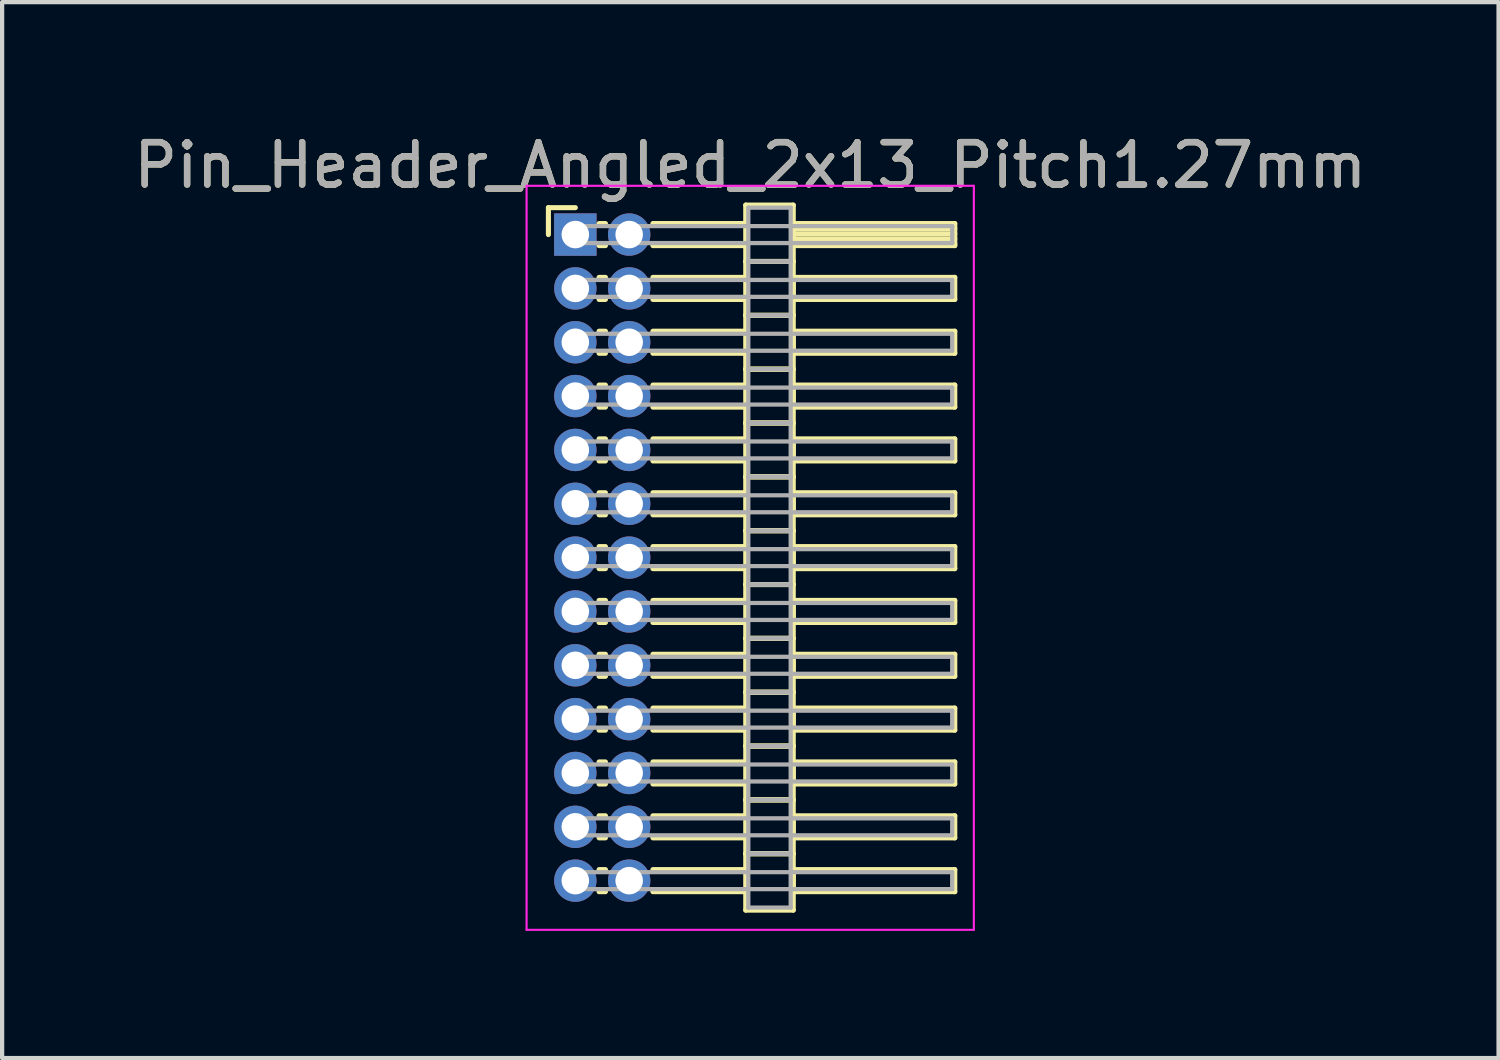
<source format=kicad_pcb>
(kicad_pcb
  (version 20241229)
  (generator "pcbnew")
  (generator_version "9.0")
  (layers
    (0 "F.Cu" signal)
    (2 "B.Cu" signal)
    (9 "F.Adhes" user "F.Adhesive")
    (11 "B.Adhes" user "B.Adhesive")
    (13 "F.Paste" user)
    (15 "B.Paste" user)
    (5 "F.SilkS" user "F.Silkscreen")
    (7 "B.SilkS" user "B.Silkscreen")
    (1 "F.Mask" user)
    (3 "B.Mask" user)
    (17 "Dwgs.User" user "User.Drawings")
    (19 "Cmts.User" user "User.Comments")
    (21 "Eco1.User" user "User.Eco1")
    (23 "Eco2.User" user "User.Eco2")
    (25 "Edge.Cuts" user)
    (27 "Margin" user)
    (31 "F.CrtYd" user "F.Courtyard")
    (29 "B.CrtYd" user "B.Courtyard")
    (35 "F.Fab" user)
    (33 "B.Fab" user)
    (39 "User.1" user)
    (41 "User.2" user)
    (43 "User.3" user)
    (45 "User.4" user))
  (footprint "Pin_Header_Angled_2x13_Pitch1.27mm"
    (layer "F.Cu")
    (at 10.521 2.483)
    (property "Reference" "Pin_Header_Angled_2x13_Pitch1.27mm" (at 4.128 -1.635 0) (layer "F.SilkS") (effects (font (size 1 1) (thickness 0.15))))
    (attr through_hole)
    (fp_line (start -0.635 -0.635) (end 0 -0.635) (stroke (width 0.12) (type solid)) (layer "F.SilkS"))
    (fp_line (start -0.635 0) (end -0.635 -0.635) (stroke (width 0.12) (type solid)) (layer "F.SilkS"))
    (fp_line (start 0.56 -0.26) (end 0.71 -0.26) (stroke (width 0.12) (type solid)) (layer "F.SilkS"))
    (fp_line (start 0.56 0.26) (end 0.71 0.26) (stroke (width 0.12) (type solid)) (layer "F.SilkS"))
    (fp_line (start 0.56 1.01) (end 0.71 1.01) (stroke (width 0.12) (type solid)) (layer "F.SilkS"))
    (fp_line (start 0.56 1.53) (end 0.71 1.53) (stroke (width 0.12) (type solid)) (layer "F.SilkS"))
    (fp_line (start 0.56 2.28) (end 0.71 2.28) (stroke (width 0.12) (type solid)) (layer "F.SilkS"))
    (fp_line (start 0.56 2.8) (end 0.71 2.8) (stroke (width 0.12) (type solid)) (layer "F.SilkS"))
    (fp_line (start 0.56 3.55) (end 0.71 3.55) (stroke (width 0.12) (type solid)) (layer "F.SilkS"))
    (fp_line (start 0.56 4.07) (end 0.71 4.07) (stroke (width 0.12) (type solid)) (layer "F.SilkS"))
    (fp_line (start 0.56 4.82) (end 0.71 4.82) (stroke (width 0.12) (type solid)) (layer "F.SilkS"))
    (fp_line (start 0.56 5.34) (end 0.71 5.34) (stroke (width 0.12) (type solid)) (layer "F.SilkS"))
    (fp_line (start 0.56 6.09) (end 0.71 6.09) (stroke (width 0.12) (type solid)) (layer "F.SilkS"))
    (fp_line (start 0.56 6.61) (end 0.71 6.61) (stroke (width 0.12) (type solid)) (layer "F.SilkS"))
    (fp_line (start 0.56 7.36) (end 0.71 7.36) (stroke (width 0.12) (type solid)) (layer "F.SilkS"))
    (fp_line (start 0.56 7.88) (end 0.71 7.88) (stroke (width 0.12) (type solid)) (layer "F.SilkS"))
    (fp_line (start 0.56 8.63) (end 0.71 8.63) (stroke (width 0.12) (type solid)) (layer "F.SilkS"))
    (fp_line (start 0.56 9.15) (end 0.71 9.15) (stroke (width 0.12) (type solid)) (layer "F.SilkS"))
    (fp_line (start 0.56 9.9) (end 0.71 9.9) (stroke (width 0.12) (type solid)) (layer "F.SilkS"))
    (fp_line (start 0.56 10.42) (end 0.71 10.42) (stroke (width 0.12) (type solid)) (layer "F.SilkS"))
    (fp_line (start 0.56 11.17) (end 0.71 11.17) (stroke (width 0.12) (type solid)) (layer "F.SilkS"))
    (fp_line (start 0.56 11.69) (end 0.71 11.69) (stroke (width 0.12) (type solid)) (layer "F.SilkS"))
    (fp_line (start 0.56 12.44) (end 0.71 12.44) (stroke (width 0.12) (type solid)) (layer "F.SilkS"))
    (fp_line (start 0.56 12.96) (end 0.71 12.96) (stroke (width 0.12) (type solid)) (layer "F.SilkS"))
    (fp_line (start 0.56 13.71) (end 0.71 13.71) (stroke (width 0.12) (type solid)) (layer "F.SilkS"))
    (fp_line (start 0.56 14.23) (end 0.71 14.23) (stroke (width 0.12) (type solid)) (layer "F.SilkS"))
    (fp_line (start 0.56 14.98) (end 0.71 14.98) (stroke (width 0.12) (type solid)) (layer "F.SilkS"))
    (fp_line (start 0.56 15.5) (end 0.71 15.5) (stroke (width 0.12) (type solid)) (layer "F.SilkS"))
    (fp_line (start 1.83 -0.26) (end 4.02 -0.26) (stroke (width 0.12) (type solid)) (layer "F.SilkS"))
    (fp_line (start 1.83 0.26) (end 4.02 0.26) (stroke (width 0.12) (type solid)) (layer "F.SilkS"))
    (fp_line (start 1.83 1.01) (end 4.02 1.01) (stroke (width 0.12) (type solid)) (layer "F.SilkS"))
    (fp_line (start 1.83 1.53) (end 4.02 1.53) (stroke (width 0.12) (type solid)) (layer "F.SilkS"))
    (fp_line (start 1.83 2.28) (end 4.02 2.28) (stroke (width 0.12) (type solid)) (layer "F.SilkS"))
    (fp_line (start 1.83 2.8) (end 4.02 2.8) (stroke (width 0.12) (type solid)) (layer "F.SilkS"))
    (fp_line (start 1.83 3.55) (end 4.02 3.55) (stroke (width 0.12) (type solid)) (layer "F.SilkS"))
    (fp_line (start 1.83 4.07) (end 4.02 4.07) (stroke (width 0.12) (type solid)) (layer "F.SilkS"))
    (fp_line (start 1.83 4.82) (end 4.02 4.82) (stroke (width 0.12) (type solid)) (layer "F.SilkS"))
    (fp_line (start 1.83 5.34) (end 4.02 5.34) (stroke (width 0.12) (type solid)) (layer "F.SilkS"))
    (fp_line (start 1.83 6.09) (end 4.02 6.09) (stroke (width 0.12) (type solid)) (layer "F.SilkS"))
    (fp_line (start 1.83 6.61) (end 4.02 6.61) (stroke (width 0.12) (type solid)) (layer "F.SilkS"))
    (fp_line (start 1.83 7.36) (end 4.02 7.36) (stroke (width 0.12) (type solid)) (layer "F.SilkS"))
    (fp_line (start 1.83 7.88) (end 4.02 7.88) (stroke (width 0.12) (type solid)) (layer "F.SilkS"))
    (fp_line (start 1.83 8.63) (end 4.02 8.63) (stroke (width 0.12) (type solid)) (layer "F.SilkS"))
    (fp_line (start 1.83 9.15) (end 4.02 9.15) (stroke (width 0.12) (type solid)) (layer "F.SilkS"))
    (fp_line (start 1.83 9.9) (end 4.02 9.9) (stroke (width 0.12) (type solid)) (layer "F.SilkS"))
    (fp_line (start 1.83 10.42) (end 4.02 10.42) (stroke (width 0.12) (type solid)) (layer "F.SilkS"))
    (fp_line (start 1.83 11.17) (end 4.02 11.17) (stroke (width 0.12) (type solid)) (layer "F.SilkS"))
    (fp_line (start 1.83 11.69) (end 4.02 11.69) (stroke (width 0.12) (type solid)) (layer "F.SilkS"))
    (fp_line (start 1.83 12.44) (end 4.02 12.44) (stroke (width 0.12) (type solid)) (layer "F.SilkS"))
    (fp_line (start 1.83 12.96) (end 4.02 12.96) (stroke (width 0.12) (type solid)) (layer "F.SilkS"))
    (fp_line (start 1.83 13.71) (end 4.02 13.71) (stroke (width 0.12) (type solid)) (layer "F.SilkS"))
    (fp_line (start 1.83 14.23) (end 4.02 14.23) (stroke (width 0.12) (type solid)) (layer "F.SilkS"))
    (fp_line (start 1.83 14.98) (end 4.02 14.98) (stroke (width 0.12) (type solid)) (layer "F.SilkS"))
    (fp_line (start 1.83 15.5) (end 4.02 15.5) (stroke (width 0.12) (type solid)) (layer "F.SilkS"))
    (fp_line (start 4.02 -0.695) (end 4.02 0.635) (stroke (width 0.12) (type solid)) (layer "F.SilkS"))
    (fp_line (start 4.02 0.635) (end 4.02 1.905) (stroke (width 0.12) (type solid)) (layer "F.SilkS"))
    (fp_line (start 4.02 0.635) (end 5.14 0.635) (stroke (width 0.12) (type solid)) (layer "F.SilkS"))
    (fp_line (start 4.02 1.905) (end 4.02 3.175) (stroke (width 0.12) (type solid)) (layer "F.SilkS"))
    (fp_line (start 4.02 1.905) (end 5.14 1.905) (stroke (width 0.12) (type solid)) (layer "F.SilkS"))
    (fp_line (start 4.02 3.175) (end 4.02 4.445) (stroke (width 0.12) (type solid)) (layer "F.SilkS"))
    (fp_line (start 4.02 3.175) (end 5.14 3.175) (stroke (width 0.12) (type solid)) (layer "F.SilkS"))
    (fp_line (start 4.02 4.445) (end 4.02 5.715) (stroke (width 0.12) (type solid)) (layer "F.SilkS"))
    (fp_line (start 4.02 4.445) (end 5.14 4.445) (stroke (width 0.12) (type solid)) (layer "F.SilkS"))
    (fp_line (start 4.02 5.715) (end 4.02 6.985) (stroke (width 0.12) (type solid)) (layer "F.SilkS"))
    (fp_line (start 4.02 5.715) (end 5.14 5.715) (stroke (width 0.12) (type solid)) (layer "F.SilkS"))
    (fp_line (start 4.02 6.985) (end 4.02 8.255) (stroke (width 0.12) (type solid)) (layer "F.SilkS"))
    (fp_line (start 4.02 6.985) (end 5.14 6.985) (stroke (width 0.12) (type solid)) (layer "F.SilkS"))
    (fp_line (start 4.02 8.255) (end 4.02 9.525) (stroke (width 0.12) (type solid)) (layer "F.SilkS"))
    (fp_line (start 4.02 8.255) (end 5.14 8.255) (stroke (width 0.12) (type solid)) (layer "F.SilkS"))
    (fp_line (start 4.02 9.525) (end 4.02 10.795) (stroke (width 0.12) (type solid)) (layer "F.SilkS"))
    (fp_line (start 4.02 9.525) (end 5.14 9.525) (stroke (width 0.12) (type solid)) (layer "F.SilkS"))
    (fp_line (start 4.02 10.795) (end 4.02 12.065) (stroke (width 0.12) (type solid)) (layer "F.SilkS"))
    (fp_line (start 4.02 10.795) (end 5.14 10.795) (stroke (width 0.12) (type solid)) (layer "F.SilkS"))
    (fp_line (start 4.02 12.065) (end 4.02 13.335) (stroke (width 0.12) (type solid)) (layer "F.SilkS"))
    (fp_line (start 4.02 12.065) (end 5.14 12.065) (stroke (width 0.12) (type solid)) (layer "F.SilkS"))
    (fp_line (start 4.02 13.335) (end 4.02 14.605) (stroke (width 0.12) (type solid)) (layer "F.SilkS"))
    (fp_line (start 4.02 13.335) (end 5.14 13.335) (stroke (width 0.12) (type solid)) (layer "F.SilkS"))
    (fp_line (start 4.02 14.605) (end 4.02 15.935) (stroke (width 0.12) (type solid)) (layer "F.SilkS"))
    (fp_line (start 4.02 14.605) (end 5.14 14.605) (stroke (width 0.12) (type solid)) (layer "F.SilkS"))
    (fp_line (start 4.02 15.935) (end 5.14 15.935) (stroke (width 0.12) (type solid)) (layer "F.SilkS"))
    (fp_line (start 5.14 -0.695) (end 4.02 -0.695) (stroke (width 0.12) (type solid)) (layer "F.SilkS"))
    (fp_line (start 5.14 -0.26) (end 5.14 0.26) (stroke (width 0.12) (type solid)) (layer "F.SilkS"))
    (fp_line (start 5.14 -0.14) (end 8.95 -0.14) (stroke (width 0.12) (type solid)) (layer "F.SilkS"))
    (fp_line (start 5.14 -0.02) (end 8.95 -0.02) (stroke (width 0.12) (type solid)) (layer "F.SilkS"))
    (fp_line (start 5.14 0.1) (end 8.95 0.1) (stroke (width 0.12) (type solid)) (layer "F.SilkS"))
    (fp_line (start 5.14 0.22) (end 8.95 0.22) (stroke (width 0.12) (type solid)) (layer "F.SilkS"))
    (fp_line (start 5.14 0.26) (end 8.95 0.26) (stroke (width 0.12) (type solid)) (layer "F.SilkS"))
    (fp_line (start 5.14 0.635) (end 4.02 0.635) (stroke (width 0.12) (type solid)) (layer "F.SilkS"))
    (fp_line (start 5.14 0.635) (end 5.14 -0.695) (stroke (width 0.12) (type solid)) (layer "F.SilkS"))
    (fp_line (start 5.14 1.01) (end 5.14 1.53) (stroke (width 0.12) (type solid)) (layer "F.SilkS"))
    (fp_line (start 5.14 1.53) (end 8.95 1.53) (stroke (width 0.12) (type solid)) (layer "F.SilkS"))
    (fp_line (start 5.14 1.905) (end 4.02 1.905) (stroke (width 0.12) (type solid)) (layer "F.SilkS"))
    (fp_line (start 5.14 1.905) (end 5.14 0.635) (stroke (width 0.12) (type solid)) (layer "F.SilkS"))
    (fp_line (start 5.14 2.28) (end 5.14 2.8) (stroke (width 0.12) (type solid)) (layer "F.SilkS"))
    (fp_line (start 5.14 2.8) (end 8.95 2.8) (stroke (width 0.12) (type solid)) (layer "F.SilkS"))
    (fp_line (start 5.14 3.175) (end 4.02 3.175) (stroke (width 0.12) (type solid)) (layer "F.SilkS"))
    (fp_line (start 5.14 3.175) (end 5.14 1.905) (stroke (width 0.12) (type solid)) (layer "F.SilkS"))
    (fp_line (start 5.14 3.55) (end 5.14 4.07) (stroke (width 0.12) (type solid)) (layer "F.SilkS"))
    (fp_line (start 5.14 4.07) (end 8.95 4.07) (stroke (width 0.12) (type solid)) (layer "F.SilkS"))
    (fp_line (start 5.14 4.445) (end 4.02 4.445) (stroke (width 0.12) (type solid)) (layer "F.SilkS"))
    (fp_line (start 5.14 4.445) (end 5.14 3.175) (stroke (width 0.12) (type solid)) (layer "F.SilkS"))
    (fp_line (start 5.14 4.82) (end 5.14 5.34) (stroke (width 0.12) (type solid)) (layer "F.SilkS"))
    (fp_line (start 5.14 5.34) (end 8.95 5.34) (stroke (width 0.12) (type solid)) (layer "F.SilkS"))
    (fp_line (start 5.14 5.715) (end 4.02 5.715) (stroke (width 0.12) (type solid)) (layer "F.SilkS"))
    (fp_line (start 5.14 5.715) (end 5.14 4.445) (stroke (width 0.12) (type solid)) (layer "F.SilkS"))
    (fp_line (start 5.14 6.09) (end 5.14 6.61) (stroke (width 0.12) (type solid)) (layer "F.SilkS"))
    (fp_line (start 5.14 6.61) (end 8.95 6.61) (stroke (width 0.12) (type solid)) (layer "F.SilkS"))
    (fp_line (start 5.14 6.985) (end 4.02 6.985) (stroke (width 0.12) (type solid)) (layer "F.SilkS"))
    (fp_line (start 5.14 6.985) (end 5.14 5.715) (stroke (width 0.12) (type solid)) (layer "F.SilkS"))
    (fp_line (start 5.14 7.36) (end 5.14 7.88) (stroke (width 0.12) (type solid)) (layer "F.SilkS"))
    (fp_line (start 5.14 7.88) (end 8.95 7.88) (stroke (width 0.12) (type solid)) (layer "F.SilkS"))
    (fp_line (start 5.14 8.255) (end 4.02 8.255) (stroke (width 0.12) (type solid)) (layer "F.SilkS"))
    (fp_line (start 5.14 8.255) (end 5.14 6.985) (stroke (width 0.12) (type solid)) (layer "F.SilkS"))
    (fp_line (start 5.14 8.63) (end 5.14 9.15) (stroke (width 0.12) (type solid)) (layer "F.SilkS"))
    (fp_line (start 5.14 9.15) (end 8.95 9.15) (stroke (width 0.12) (type solid)) (layer "F.SilkS"))
    (fp_line (start 5.14 9.525) (end 4.02 9.525) (stroke (width 0.12) (type solid)) (layer "F.SilkS"))
    (fp_line (start 5.14 9.525) (end 5.14 8.255) (stroke (width 0.12) (type solid)) (layer "F.SilkS"))
    (fp_line (start 5.14 9.9) (end 5.14 10.42) (stroke (width 0.12) (type solid)) (layer "F.SilkS"))
    (fp_line (start 5.14 10.42) (end 8.95 10.42) (stroke (width 0.12) (type solid)) (layer "F.SilkS"))
    (fp_line (start 5.14 10.795) (end 4.02 10.795) (stroke (width 0.12) (type solid)) (layer "F.SilkS"))
    (fp_line (start 5.14 10.795) (end 5.14 9.525) (stroke (width 0.12) (type solid)) (layer "F.SilkS"))
    (fp_line (start 5.14 11.17) (end 5.14 11.69) (stroke (width 0.12) (type solid)) (layer "F.SilkS"))
    (fp_line (start 5.14 11.69) (end 8.95 11.69) (stroke (width 0.12) (type solid)) (layer "F.SilkS"))
    (fp_line (start 5.14 12.065) (end 4.02 12.065) (stroke (width 0.12) (type solid)) (layer "F.SilkS"))
    (fp_line (start 5.14 12.065) (end 5.14 10.795) (stroke (width 0.12) (type solid)) (layer "F.SilkS"))
    (fp_line (start 5.14 12.44) (end 5.14 12.96) (stroke (width 0.12) (type solid)) (layer "F.SilkS"))
    (fp_line (start 5.14 12.96) (end 8.95 12.96) (stroke (width 0.12) (type solid)) (layer "F.SilkS"))
    (fp_line (start 5.14 13.335) (end 4.02 13.335) (stroke (width 0.12) (type solid)) (layer "F.SilkS"))
    (fp_line (start 5.14 13.335) (end 5.14 12.065) (stroke (width 0.12) (type solid)) (layer "F.SilkS"))
    (fp_line (start 5.14 13.71) (end 5.14 14.23) (stroke (width 0.12) (type solid)) (layer "F.SilkS"))
    (fp_line (start 5.14 14.23) (end 8.95 14.23) (stroke (width 0.12) (type solid)) (layer "F.SilkS"))
    (fp_line (start 5.14 14.605) (end 4.02 14.605) (stroke (width 0.12) (type solid)) (layer "F.SilkS"))
    (fp_line (start 5.14 14.605) (end 5.14 13.335) (stroke (width 0.12) (type solid)) (layer "F.SilkS"))
    (fp_line (start 5.14 14.98) (end 5.14 15.5) (stroke (width 0.12) (type solid)) (layer "F.SilkS"))
    (fp_line (start 5.14 15.5) (end 8.95 15.5) (stroke (width 0.12) (type solid)) (layer "F.SilkS"))
    (fp_line (start 5.14 15.935) (end 5.14 14.605) (stroke (width 0.12) (type solid)) (layer "F.SilkS"))
    (fp_line (start 8.95 -0.26) (end 5.14 -0.26) (stroke (width 0.12) (type solid)) (layer "F.SilkS"))
    (fp_line (start 8.95 0.26) (end 8.95 -0.26) (stroke (width 0.12) (type solid)) (layer "F.SilkS"))
    (fp_line (start 8.95 1.01) (end 5.14 1.01) (stroke (width 0.12) (type solid)) (layer "F.SilkS"))
    (fp_line (start 8.95 1.53) (end 8.95 1.01) (stroke (width 0.12) (type solid)) (layer "F.SilkS"))
    (fp_line (start 8.95 2.28) (end 5.14 2.28) (stroke (width 0.12) (type solid)) (layer "F.SilkS"))
    (fp_line (start 8.95 2.8) (end 8.95 2.28) (stroke (width 0.12) (type solid)) (layer "F.SilkS"))
    (fp_line (start 8.95 3.55) (end 5.14 3.55) (stroke (width 0.12) (type solid)) (layer "F.SilkS"))
    (fp_line (start 8.95 4.07) (end 8.95 3.55) (stroke (width 0.12) (type solid)) (layer "F.SilkS"))
    (fp_line (start 8.95 4.82) (end 5.14 4.82) (stroke (width 0.12) (type solid)) (layer "F.SilkS"))
    (fp_line (start 8.95 5.34) (end 8.95 4.82) (stroke (width 0.12) (type solid)) (layer "F.SilkS"))
    (fp_line (start 8.95 6.09) (end 5.14 6.09) (stroke (width 0.12) (type solid)) (layer "F.SilkS"))
    (fp_line (start 8.95 6.61) (end 8.95 6.09) (stroke (width 0.12) (type solid)) (layer "F.SilkS"))
    (fp_line (start 8.95 7.36) (end 5.14 7.36) (stroke (width 0.12) (type solid)) (layer "F.SilkS"))
    (fp_line (start 8.95 7.88) (end 8.95 7.36) (stroke (width 0.12) (type solid)) (layer "F.SilkS"))
    (fp_line (start 8.95 8.63) (end 5.14 8.63) (stroke (width 0.12) (type solid)) (layer "F.SilkS"))
    (fp_line (start 8.95 9.15) (end 8.95 8.63) (stroke (width 0.12) (type solid)) (layer "F.SilkS"))
    (fp_line (start 8.95 9.9) (end 5.14 9.9) (stroke (width 0.12) (type solid)) (layer "F.SilkS"))
    (fp_line (start 8.95 10.42) (end 8.95 9.9) (stroke (width 0.12) (type solid)) (layer "F.SilkS"))
    (fp_line (start 8.95 11.17) (end 5.14 11.17) (stroke (width 0.12) (type solid)) (layer "F.SilkS"))
    (fp_line (start 8.95 11.69) (end 8.95 11.17) (stroke (width 0.12) (type solid)) (layer "F.SilkS"))
    (fp_line (start 8.95 12.44) (end 5.14 12.44) (stroke (width 0.12) (type solid)) (layer "F.SilkS"))
    (fp_line (start 8.95 12.96) (end 8.95 12.44) (stroke (width 0.12) (type solid)) (layer "F.SilkS"))
    (fp_line (start 8.95 13.71) (end 5.14 13.71) (stroke (width 0.12) (type solid)) (layer "F.SilkS"))
    (fp_line (start 8.95 14.23) (end 8.95 13.71) (stroke (width 0.12) (type solid)) (layer "F.SilkS"))
    (fp_line (start 8.95 14.98) (end 5.14 14.98) (stroke (width 0.12) (type solid)) (layer "F.SilkS"))
    (fp_line (start 8.95 15.5) (end 8.95 14.98) (stroke (width 0.12) (type solid)) (layer "F.SilkS"))
    (fp_line (start -1.15 -1.15) (end -1.15 16.4) (stroke (width 0.05) (type solid)) (layer "F.CrtYd"))
    (fp_line (start -1.15 16.4) (end 9.4 16.4) (stroke (width 0.05) (type solid)) (layer "F.CrtYd"))
    (fp_line (start 9.4 -1.15) (end -1.15 -1.15) (stroke (width 0.05) (type solid)) (layer "F.CrtYd"))
    (fp_line (start 9.4 16.4) (end 9.4 -1.15) (stroke (width 0.05) (type solid)) (layer "F.CrtYd"))
    (fp_line (start 0 -0.2) (end 0 0.2) (stroke (width 0.1) (type solid)) (layer "F.Fab"))
    (fp_line (start 0 0.2) (end 8.89 0.2) (stroke (width 0.1) (type solid)) (layer "F.Fab"))
    (fp_line (start 0 1.07) (end 0 1.47) (stroke (width 0.1) (type solid)) (layer "F.Fab"))
    (fp_line (start 0 1.47) (end 8.89 1.47) (stroke (width 0.1) (type solid)) (layer "F.Fab"))
    (fp_line (start 0 2.34) (end 0 2.74) (stroke (width 0.1) (type solid)) (layer "F.Fab"))
    (fp_line (start 0 2.74) (end 8.89 2.74) (stroke (width 0.1) (type solid)) (layer "F.Fab"))
    (fp_line (start 0 3.61) (end 0 4.01) (stroke (width 0.1) (type solid)) (layer "F.Fab"))
    (fp_line (start 0 4.01) (end 8.89 4.01) (stroke (width 0.1) (type solid)) (layer "F.Fab"))
    (fp_line (start 0 4.88) (end 0 5.28) (stroke (width 0.1) (type solid)) (layer "F.Fab"))
    (fp_line (start 0 5.28) (end 8.89 5.28) (stroke (width 0.1) (type solid)) (layer "F.Fab"))
    (fp_line (start 0 6.15) (end 0 6.55) (stroke (width 0.1) (type solid)) (layer "F.Fab"))
    (fp_line (start 0 6.55) (end 8.89 6.55) (stroke (width 0.1) (type solid)) (layer "F.Fab"))
    (fp_line (start 0 7.42) (end 0 7.82) (stroke (width 0.1) (type solid)) (layer "F.Fab"))
    (fp_line (start 0 7.82) (end 8.89 7.82) (stroke (width 0.1) (type solid)) (layer "F.Fab"))
    (fp_line (start 0 8.69) (end 0 9.09) (stroke (width 0.1) (type solid)) (layer "F.Fab"))
    (fp_line (start 0 9.09) (end 8.89 9.09) (stroke (width 0.1) (type solid)) (layer "F.Fab"))
    (fp_line (start 0 9.96) (end 0 10.36) (stroke (width 0.1) (type solid)) (layer "F.Fab"))
    (fp_line (start 0 10.36) (end 8.89 10.36) (stroke (width 0.1) (type solid)) (layer "F.Fab"))
    (fp_line (start 0 11.23) (end 0 11.63) (stroke (width 0.1) (type solid)) (layer "F.Fab"))
    (fp_line (start 0 11.63) (end 8.89 11.63) (stroke (width 0.1) (type solid)) (layer "F.Fab"))
    (fp_line (start 0 12.5) (end 0 12.9) (stroke (width 0.1) (type solid)) (layer "F.Fab"))
    (fp_line (start 0 12.9) (end 8.89 12.9) (stroke (width 0.1) (type solid)) (layer "F.Fab"))
    (fp_line (start 0 13.77) (end 0 14.17) (stroke (width 0.1) (type solid)) (layer "F.Fab"))
    (fp_line (start 0 14.17) (end 8.89 14.17) (stroke (width 0.1) (type solid)) (layer "F.Fab"))
    (fp_line (start 0 15.04) (end 0 15.44) (stroke (width 0.1) (type solid)) (layer "F.Fab"))
    (fp_line (start 0 15.44) (end 8.89 15.44) (stroke (width 0.1) (type solid)) (layer "F.Fab"))
    (fp_line (start 4.08 -0.635) (end 4.08 0.635) (stroke (width 0.1) (type solid)) (layer "F.Fab"))
    (fp_line (start 4.08 0.635) (end 4.08 1.905) (stroke (width 0.1) (type solid)) (layer "F.Fab"))
    (fp_line (start 4.08 0.635) (end 5.08 0.635) (stroke (width 0.1) (type solid)) (layer "F.Fab"))
    (fp_line (start 4.08 1.905) (end 4.08 3.175) (stroke (width 0.1) (type solid)) (layer "F.Fab"))
    (fp_line (start 4.08 1.905) (end 5.08 1.905) (stroke (width 0.1) (type solid)) (layer "F.Fab"))
    (fp_line (start 4.08 3.175) (end 4.08 4.445) (stroke (width 0.1) (type solid)) (layer "F.Fab"))
    (fp_line (start 4.08 3.175) (end 5.08 3.175) (stroke (width 0.1) (type solid)) (layer "F.Fab"))
    (fp_line (start 4.08 4.445) (end 4.08 5.715) (stroke (width 0.1) (type solid)) (layer "F.Fab"))
    (fp_line (start 4.08 4.445) (end 5.08 4.445) (stroke (width 0.1) (type solid)) (layer "F.Fab"))
    (fp_line (start 4.08 5.715) (end 4.08 6.985) (stroke (width 0.1) (type solid)) (layer "F.Fab"))
    (fp_line (start 4.08 5.715) (end 5.08 5.715) (stroke (width 0.1) (type solid)) (layer "F.Fab"))
    (fp_line (start 4.08 6.985) (end 4.08 8.255) (stroke (width 0.1) (type solid)) (layer "F.Fab"))
    (fp_line (start 4.08 6.985) (end 5.08 6.985) (stroke (width 0.1) (type solid)) (layer "F.Fab"))
    (fp_line (start 4.08 8.255) (end 4.08 9.525) (stroke (width 0.1) (type solid)) (layer "F.Fab"))
    (fp_line (start 4.08 8.255) (end 5.08 8.255) (stroke (width 0.1) (type solid)) (layer "F.Fab"))
    (fp_line (start 4.08 9.525) (end 4.08 10.795) (stroke (width 0.1) (type solid)) (layer "F.Fab"))
    (fp_line (start 4.08 9.525) (end 5.08 9.525) (stroke (width 0.1) (type solid)) (layer "F.Fab"))
    (fp_line (start 4.08 10.795) (end 4.08 12.065) (stroke (width 0.1) (type solid)) (layer "F.Fab"))
    (fp_line (start 4.08 10.795) (end 5.08 10.795) (stroke (width 0.1) (type solid)) (layer "F.Fab"))
    (fp_line (start 4.08 12.065) (end 4.08 13.335) (stroke (width 0.1) (type solid)) (layer "F.Fab"))
    (fp_line (start 4.08 12.065) (end 5.08 12.065) (stroke (width 0.1) (type solid)) (layer "F.Fab"))
    (fp_line (start 4.08 13.335) (end 4.08 14.605) (stroke (width 0.1) (type solid)) (layer "F.Fab"))
    (fp_line (start 4.08 13.335) (end 5.08 13.335) (stroke (width 0.1) (type solid)) (layer "F.Fab"))
    (fp_line (start 4.08 14.605) (end 4.08 15.875) (stroke (width 0.1) (type solid)) (layer "F.Fab"))
    (fp_line (start 4.08 14.605) (end 5.08 14.605) (stroke (width 0.1) (type solid)) (layer "F.Fab"))
    (fp_line (start 4.08 15.875) (end 5.08 15.875) (stroke (width 0.1) (type solid)) (layer "F.Fab"))
    (fp_line (start 5.08 -0.635) (end 4.08 -0.635) (stroke (width 0.1) (type solid)) (layer "F.Fab"))
    (fp_line (start 5.08 0.635) (end 4.08 0.635) (stroke (width 0.1) (type solid)) (layer "F.Fab"))
    (fp_line (start 5.08 0.635) (end 5.08 -0.635) (stroke (width 0.1) (type solid)) (layer "F.Fab"))
    (fp_line (start 5.08 1.905) (end 4.08 1.905) (stroke (width 0.1) (type solid)) (layer "F.Fab"))
    (fp_line (start 5.08 1.905) (end 5.08 0.635) (stroke (width 0.1) (type solid)) (layer "F.Fab"))
    (fp_line (start 5.08 3.175) (end 4.08 3.175) (stroke (width 0.1) (type solid)) (layer "F.Fab"))
    (fp_line (start 5.08 3.175) (end 5.08 1.905) (stroke (width 0.1) (type solid)) (layer "F.Fab"))
    (fp_line (start 5.08 4.445) (end 4.08 4.445) (stroke (width 0.1) (type solid)) (layer "F.Fab"))
    (fp_line (start 5.08 4.445) (end 5.08 3.175) (stroke (width 0.1) (type solid)) (layer "F.Fab"))
    (fp_line (start 5.08 5.715) (end 4.08 5.715) (stroke (width 0.1) (type solid)) (layer "F.Fab"))
    (fp_line (start 5.08 5.715) (end 5.08 4.445) (stroke (width 0.1) (type solid)) (layer "F.Fab"))
    (fp_line (start 5.08 6.985) (end 4.08 6.985) (stroke (width 0.1) (type solid)) (layer "F.Fab"))
    (fp_line (start 5.08 6.985) (end 5.08 5.715) (stroke (width 0.1) (type solid)) (layer "F.Fab"))
    (fp_line (start 5.08 8.255) (end 4.08 8.255) (stroke (width 0.1) (type solid)) (layer "F.Fab"))
    (fp_line (start 5.08 8.255) (end 5.08 6.985) (stroke (width 0.1) (type solid)) (layer "F.Fab"))
    (fp_line (start 5.08 9.525) (end 4.08 9.525) (stroke (width 0.1) (type solid)) (layer "F.Fab"))
    (fp_line (start 5.08 9.525) (end 5.08 8.255) (stroke (width 0.1) (type solid)) (layer "F.Fab"))
    (fp_line (start 5.08 10.795) (end 4.08 10.795) (stroke (width 0.1) (type solid)) (layer "F.Fab"))
    (fp_line (start 5.08 10.795) (end 5.08 9.525) (stroke (width 0.1) (type solid)) (layer "F.Fab"))
    (fp_line (start 5.08 12.065) (end 4.08 12.065) (stroke (width 0.1) (type solid)) (layer "F.Fab"))
    (fp_line (start 5.08 12.065) (end 5.08 10.795) (stroke (width 0.1) (type solid)) (layer "F.Fab"))
    (fp_line (start 5.08 13.335) (end 4.08 13.335) (stroke (width 0.1) (type solid)) (layer "F.Fab"))
    (fp_line (start 5.08 13.335) (end 5.08 12.065) (stroke (width 0.1) (type solid)) (layer "F.Fab"))
    (fp_line (start 5.08 14.605) (end 4.08 14.605) (stroke (width 0.1) (type solid)) (layer "F.Fab"))
    (fp_line (start 5.08 14.605) (end 5.08 13.335) (stroke (width 0.1) (type solid)) (layer "F.Fab"))
    (fp_line (start 5.08 15.875) (end 5.08 14.605) (stroke (width 0.1) (type solid)) (layer "F.Fab"))
    (fp_line (start 8.89 -0.2) (end 0 -0.2) (stroke (width 0.1) (type solid)) (layer "F.Fab"))
    (fp_line (start 8.89 0.2) (end 8.89 -0.2) (stroke (width 0.1) (type solid)) (layer "F.Fab"))
    (fp_line (start 8.89 1.07) (end 0 1.07) (stroke (width 0.1) (type solid)) (layer "F.Fab"))
    (fp_line (start 8.89 1.47) (end 8.89 1.07) (stroke (width 0.1) (type solid)) (layer "F.Fab"))
    (fp_line (start 8.89 2.34) (end 0 2.34) (stroke (width 0.1) (type solid)) (layer "F.Fab"))
    (fp_line (start 8.89 2.74) (end 8.89 2.34) (stroke (width 0.1) (type solid)) (layer "F.Fab"))
    (fp_line (start 8.89 3.61) (end 0 3.61) (stroke (width 0.1) (type solid)) (layer "F.Fab"))
    (fp_line (start 8.89 4.01) (end 8.89 3.61) (stroke (width 0.1) (type solid)) (layer "F.Fab"))
    (fp_line (start 8.89 4.88) (end 0 4.88) (stroke (width 0.1) (type solid)) (layer "F.Fab"))
    (fp_line (start 8.89 5.28) (end 8.89 4.88) (stroke (width 0.1) (type solid)) (layer "F.Fab"))
    (fp_line (start 8.89 6.15) (end 0 6.15) (stroke (width 0.1) (type solid)) (layer "F.Fab"))
    (fp_line (start 8.89 6.55) (end 8.89 6.15) (stroke (width 0.1) (type solid)) (layer "F.Fab"))
    (fp_line (start 8.89 7.42) (end 0 7.42) (stroke (width 0.1) (type solid)) (layer "F.Fab"))
    (fp_line (start 8.89 7.82) (end 8.89 7.42) (stroke (width 0.1) (type solid)) (layer "F.Fab"))
    (fp_line (start 8.89 8.69) (end 0 8.69) (stroke (width 0.1) (type solid)) (layer "F.Fab"))
    (fp_line (start 8.89 9.09) (end 8.89 8.69) (stroke (width 0.1) (type solid)) (layer "F.Fab"))
    (fp_line (start 8.89 9.96) (end 0 9.96) (stroke (width 0.1) (type solid)) (layer "F.Fab"))
    (fp_line (start 8.89 10.36) (end 8.89 9.96) (stroke (width 0.1) (type solid)) (layer "F.Fab"))
    (fp_line (start 8.89 11.23) (end 0 11.23) (stroke (width 0.1) (type solid)) (layer "F.Fab"))
    (fp_line (start 8.89 11.63) (end 8.89 11.23) (stroke (width 0.1) (type solid)) (layer "F.Fab"))
    (fp_line (start 8.89 12.5) (end 0 12.5) (stroke (width 0.1) (type solid)) (layer "F.Fab"))
    (fp_line (start 8.89 12.9) (end 8.89 12.5) (stroke (width 0.1) (type solid)) (layer "F.Fab"))
    (fp_line (start 8.89 13.77) (end 0 13.77) (stroke (width 0.1) (type solid)) (layer "F.Fab"))
    (fp_line (start 8.89 14.17) (end 8.89 13.77) (stroke (width 0.1) (type solid)) (layer "F.Fab"))
    (fp_line (start 8.89 15.04) (end 0 15.04) (stroke (width 0.1) (type solid)) (layer "F.Fab"))
    (fp_line (start 8.89 15.44) (end 8.89 15.04) (stroke (width 0.1) (type solid)) (layer "F.Fab"))
    (fp_text user "${REFERENCE}" (at 4.128 -1.635 0) (layer "F.Fab") (effects (font (size 1 1) (thickness 0.15))))
    (pad "1" thru_hole rect (at 0 0) (size 1 1) (drill 0.65) (layers "*.Cu" "*.Mask"))
    (pad "2" thru_hole oval (at 1.27 0) (size 1 1) (drill 0.65) (layers "*.Cu" "*.Mask"))
    (pad "3" thru_hole oval (at 0 1.27) (size 1 1) (drill 0.65) (layers "*.Cu" "*.Mask"))
    (pad "4" thru_hole oval (at 1.27 1.27) (size 1 1) (drill 0.65) (layers "*.Cu" "*.Mask"))
    (pad "5" thru_hole oval (at 0 2.54) (size 1 1) (drill 0.65) (layers "*.Cu" "*.Mask"))
    (pad "6" thru_hole oval (at 1.27 2.54) (size 1 1) (drill 0.65) (layers "*.Cu" "*.Mask"))
    (pad "7" thru_hole oval (at 0 3.81) (size 1 1) (drill 0.65) (layers "*.Cu" "*.Mask"))
    (pad "8" thru_hole oval (at 1.27 3.81) (size 1 1) (drill 0.65) (layers "*.Cu" "*.Mask"))
    (pad "9" thru_hole oval (at 0 5.08) (size 1 1) (drill 0.65) (layers "*.Cu" "*.Mask"))
    (pad "10" thru_hole oval (at 1.27 5.08) (size 1 1) (drill 0.65) (layers "*.Cu" "*.Mask"))
    (pad "11" thru_hole oval (at 0 6.35) (size 1 1) (drill 0.65) (layers "*.Cu" "*.Mask"))
    (pad "12" thru_hole oval (at 1.27 6.35) (size 1 1) (drill 0.65) (layers "*.Cu" "*.Mask"))
    (pad "13" thru_hole oval (at 0 7.62) (size 1 1) (drill 0.65) (layers "*.Cu" "*.Mask"))
    (pad "14" thru_hole oval (at 1.27 7.62) (size 1 1) (drill 0.65) (layers "*.Cu" "*.Mask"))
    (pad "15" thru_hole oval (at 0 8.89) (size 1 1) (drill 0.65) (layers "*.Cu" "*.Mask"))
    (pad "16" thru_hole oval (at 1.27 8.89) (size 1 1) (drill 0.65) (layers "*.Cu" "*.Mask"))
    (pad "17" thru_hole oval (at 0 10.16) (size 1 1) (drill 0.65) (layers "*.Cu" "*.Mask"))
    (pad "18" thru_hole oval (at 1.27 10.16) (size 1 1) (drill 0.65) (layers "*.Cu" "*.Mask"))
    (pad "19" thru_hole oval (at 0 11.43) (size 1 1) (drill 0.65) (layers "*.Cu" "*.Mask"))
    (pad "20" thru_hole oval (at 1.27 11.43) (size 1 1) (drill 0.65) (layers "*.Cu" "*.Mask"))
    (pad "21" thru_hole oval (at 0 12.7) (size 1 1) (drill 0.65) (layers "*.Cu" "*.Mask"))
    (pad "22" thru_hole oval (at 1.27 12.7) (size 1 1) (drill 0.65) (layers "*.Cu" "*.Mask"))
    (pad "23" thru_hole oval (at 0 13.97) (size 1 1) (drill 0.65) (layers "*.Cu" "*.Mask"))
    (pad "24" thru_hole oval (at 1.27 13.97) (size 1 1) (drill 0.65) (layers "*.Cu" "*.Mask"))
    (pad "25" thru_hole oval (at 0 15.24) (size 1 1) (drill 0.65) (layers "*.Cu" "*.Mask"))
    (pad "26" thru_hole oval (at 1.27 15.24) (size 1 1) (drill 0.65) (layers "*.Cu" "*.Mask")))
  (gr_rect
    (start -3 -3)
    (end 32.298 21.908)
    (stroke (width 0.1) (type default))
    (fill no)
    (layer "Edge.Cuts")))
</source>
